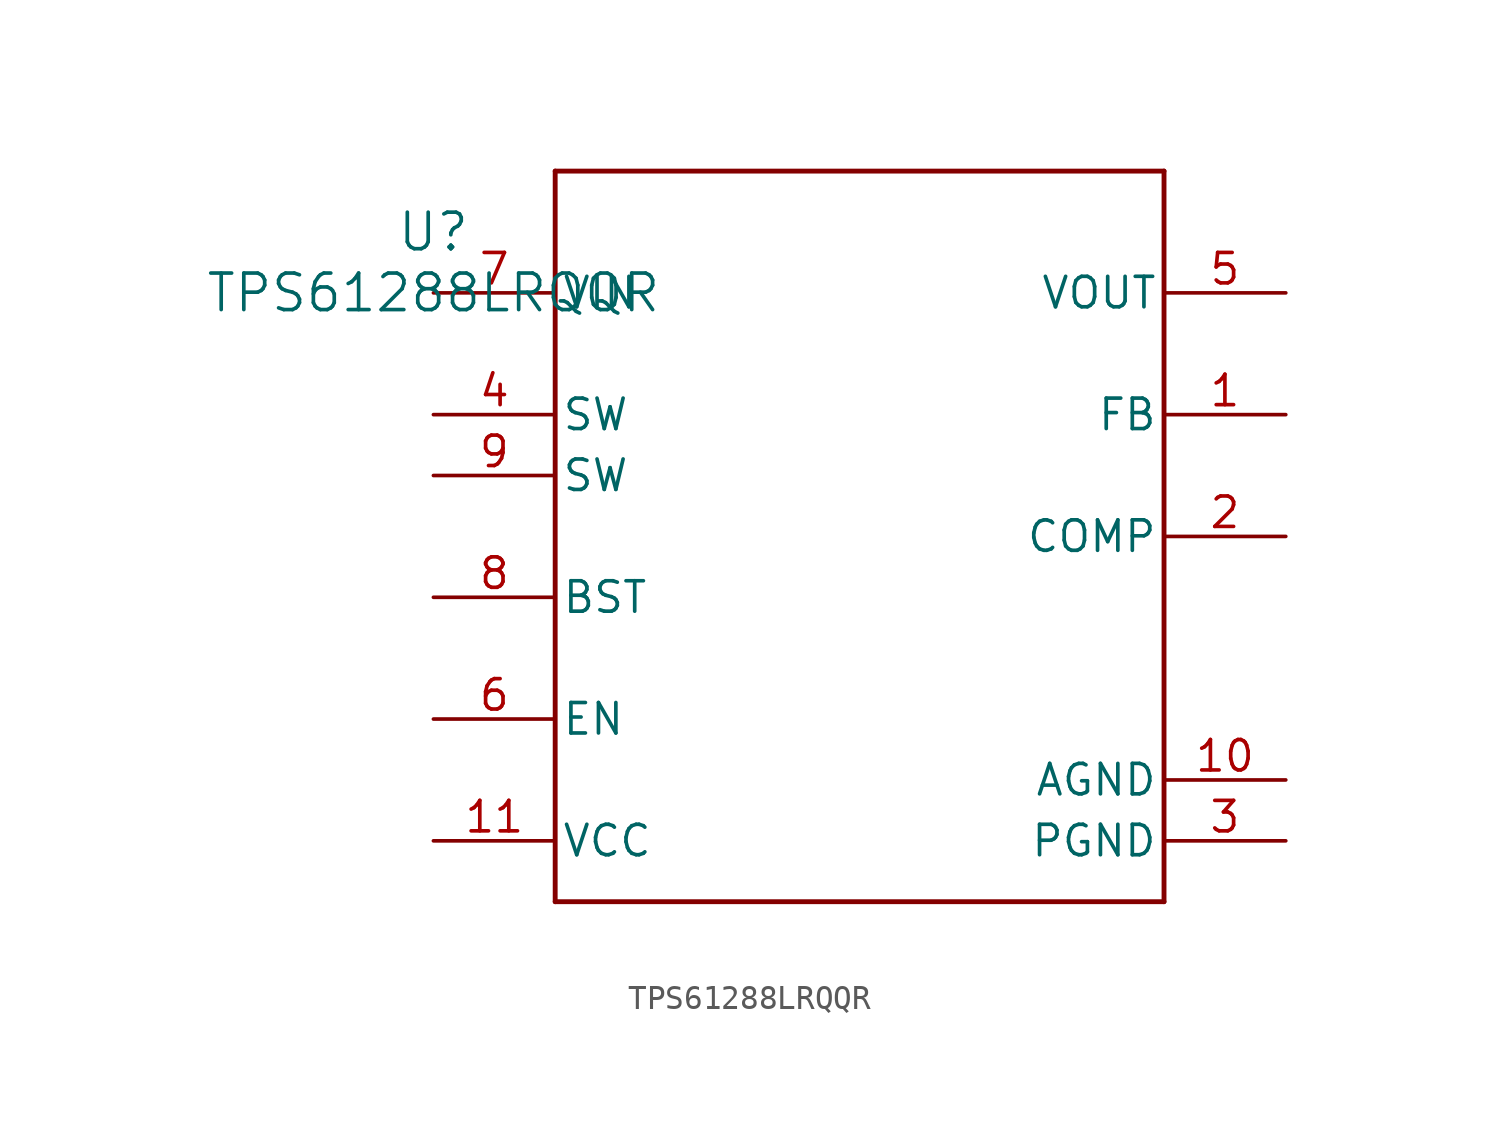
<source format=kicad_sym>
(kicad_symbol_lib
  (version 20211014)
  (generator kicad_symbol_editor)
  (symbol "TPS61288LRQQR"
    (pin_names
      (offset 0.254))
    (property "Reference" "U"
      (at 0 2.54 0)
      (effects (font (size 1.524 1.524))))
    (property "Value" "TPS61288LRQQR"
      (at 0 0 0)
      (effects (font (size 1.524 1.524))))
    (symbol "TPS61288LRQQR_0_1"
      (polyline (pts (xy 5.08 -25.4) (xy 30.48 -25.4)) (stroke (width 0.203) (type default) (color 0 0 0 0)) (fill (type none)))
      (polyline (pts (xy 30.48 -25.4) (xy 30.48 5.08)) (stroke (width 0.203) (type default) (color 0 0 0 0)) (fill (type none)))
      (polyline (pts (xy 30.48 5.08) (xy 5.08 5.08)) (stroke (width 0.203) (type default) (color 0 0 0 0)) (fill (type none)))
      (polyline (pts (xy 5.08 5.08) (xy 5.08 -25.4)) (stroke (width 0.203) (type default) (color 0 0 0 0)) (fill (type none)))
      (pin unspecified line (at 35.56 -5.08 180) (length 5.08) (name "FB" (effects (font (size 1.27 1.27)))) (number "1" (effects (font (size 1.27 1.27)))))
      (pin unspecified line (at 35.56 -10.16 180) (length 5.08) (name "COMP" (effects (font (size 1.27 1.27)))) (number "2" (effects (font (size 1.27 1.27)))))
      (pin power_in line (at 35.56 -22.86 180) (length 5.08) (name "PGND" (effects (font (size 1.27 1.27)))) (number "3" (effects (font (size 1.27 1.27)))))
      (pin unspecified line (at 0 -5.08 0) (length 5.08) (name "SW" (effects (font (size 1.27 1.27)))) (number "4" (effects (font (size 1.27 1.27)))))
      (pin power_in line (at 35.56 0 180) (length 5.08) (name "VOUT" (effects (font (size 1.27 1.27)))) (number "5" (effects (font (size 1.27 1.27)))))
      (pin input line (at 0 -17.78 0) (length 5.08) (name "EN" (effects (font (size 1.27 1.27)))) (number "6" (effects (font (size 1.27 1.27)))))
      (pin power_in line (at 0 0 0) (length 5.08) (name "VIN" (effects (font (size 1.27 1.27)))) (number "7" (effects (font (size 1.27 1.27)))))
      (pin unspecified line (at 0 -12.7 0) (length 5.08) (name "BST" (effects (font (size 1.27 1.27)))) (number "8" (effects (font (size 1.27 1.27)))))
      (pin unspecified line (at 0 -7.62 0) (length 5.08) (name "SW" (effects (font (size 1.27 1.27)))) (number "9" (effects (font (size 1.27 1.27)))))
      (pin power_in line (at 35.56 -20.32 180) (length 5.08) (name "AGND" (effects (font (size 1.27 1.27)))) (number "10" (effects (font (size 1.27 1.27)))))
      (pin unspecified line (at 0 -22.86 0) (length 5.08) (name "VCC" (effects (font (size 1.27 1.27)))) (number "11" (effects (font (size 1.27 1.27))))))))
</source>
